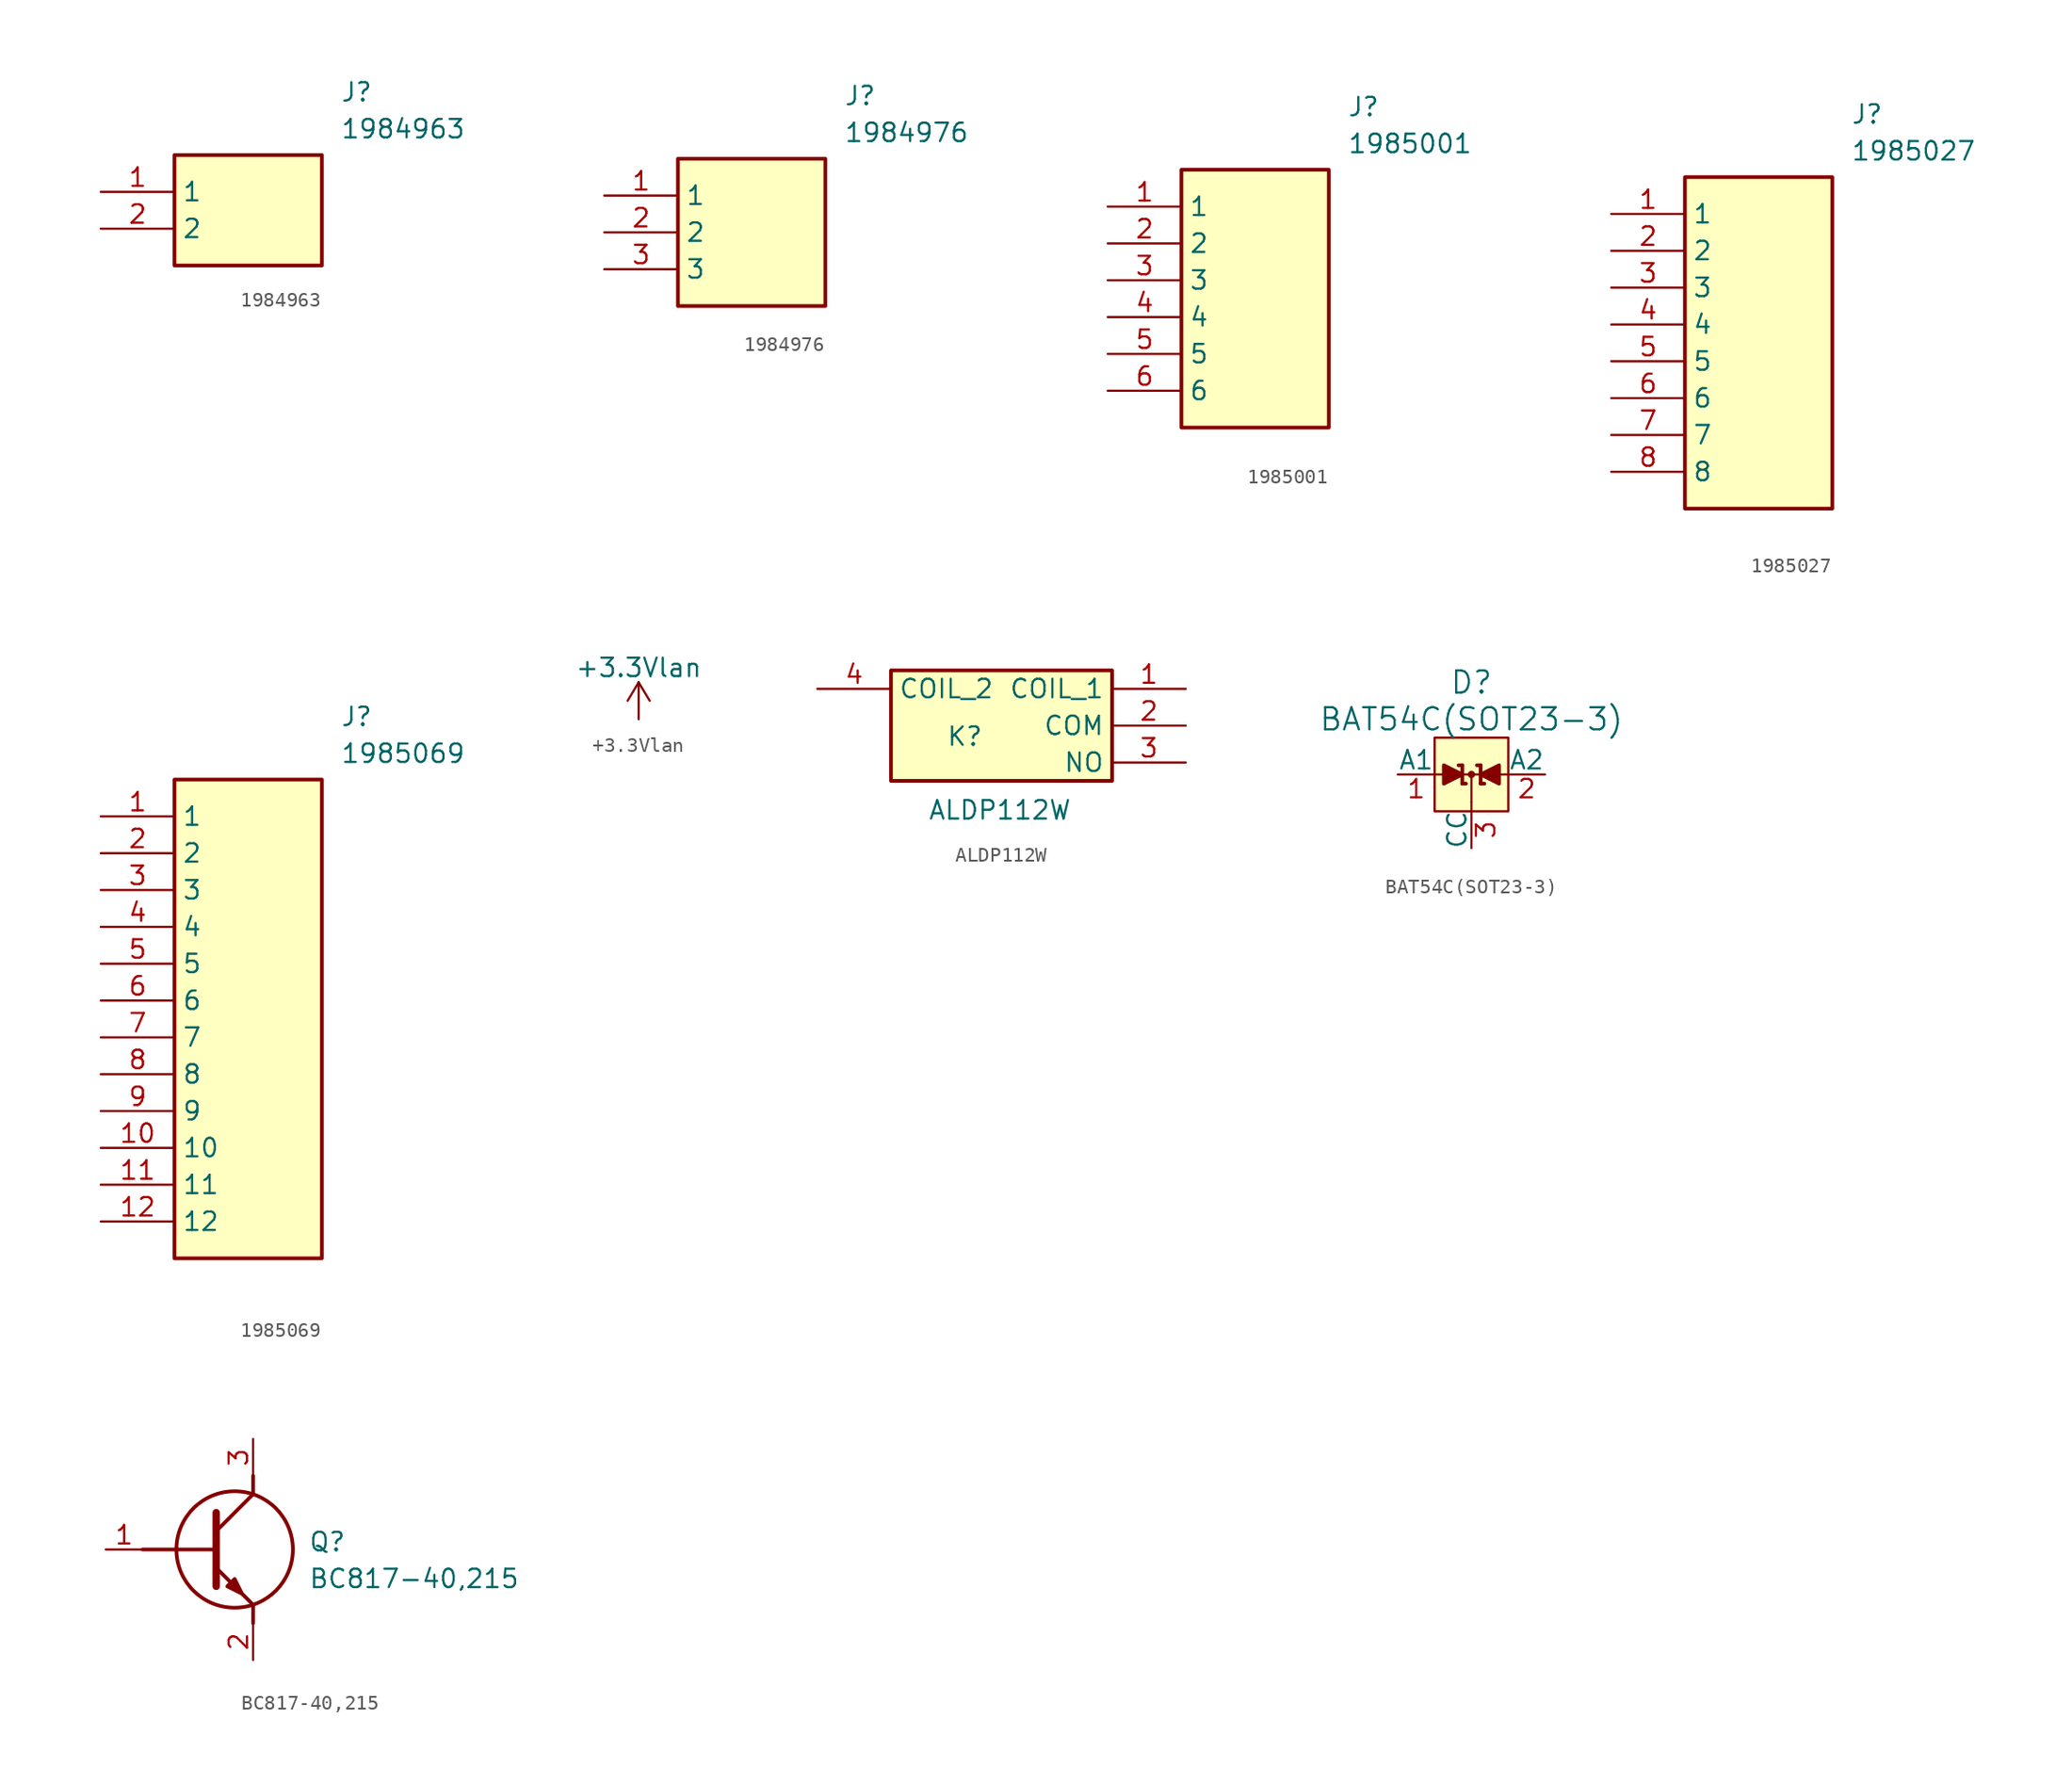
<source format=kicad_sym>
(kicad_symbol_lib
  (version 20220914)
  (generator kicad_symbol_editor)
  (symbol "1984963"
    (property "Reference" "J"
      (at 16.51 7.62 0)
      (effects (font (size 1.27 1.27)) (justify left top)))
    (property "Value" "1984963"
      (at 16.51 5.08 0)
      (effects (font (size 1.27 1.27)) (justify left top)))
    (symbol "1984963_1_1"
      (rectangle (start 5.08 2.54) (end 15.24 -5.08) (stroke (width 0.254) (type default)) (fill (type background)))
      (pin passive line (at 0 0 0) (length 5.08) (name "1" (effects (font (size 1.27 1.27)))) (number "1" (effects (font (size 1.27 1.27)))))
      (pin passive line (at 0 -2.54 0) (length 5.08) (name "2" (effects (font (size 1.27 1.27)))) (number "2" (effects (font (size 1.27 1.27)))))))
  (symbol "1984976"
    (property "Reference" "J"
      (at 16.51 7.62 0)
      (effects (font (size 1.27 1.27)) (justify left top)))
    (property "Value" "1984976"
      (at 16.51 5.08 0)
      (effects (font (size 1.27 1.27)) (justify left top)))
    (symbol "1984976_1_1"
      (rectangle (start 5.08 2.54) (end 15.24 -7.62) (stroke (width 0.254) (type default)) (fill (type background)))
      (pin passive line (at 0 0 0) (length 5.08) (name "1" (effects (font (size 1.27 1.27)))) (number "1" (effects (font (size 1.27 1.27)))))
      (pin passive line (at 0 -2.54 0) (length 5.08) (name "2" (effects (font (size 1.27 1.27)))) (number "2" (effects (font (size 1.27 1.27)))))
      (pin passive line (at 0 -5.08 0) (length 5.08) (name "3" (effects (font (size 1.27 1.27)))) (number "3" (effects (font (size 1.27 1.27)))))))
  (symbol "1985001"
    (property "Reference" "J"
      (at 16.51 7.62 0)
      (effects (font (size 1.27 1.27)) (justify left top)))
    (property "Value" "1985001"
      (at 16.51 5.08 0)
      (effects (font (size 1.27 1.27)) (justify left top)))
    (symbol "1985001_1_1"
      (rectangle (start 5.08 2.54) (end 15.24 -15.24) (stroke (width 0.254) (type default)) (fill (type background)))
      (pin passive line (at 0 0 0) (length 5.08) (name "1" (effects (font (size 1.27 1.27)))) (number "1" (effects (font (size 1.27 1.27)))))
      (pin passive line (at 0 -2.54 0) (length 5.08) (name "2" (effects (font (size 1.27 1.27)))) (number "2" (effects (font (size 1.27 1.27)))))
      (pin passive line (at 0 -5.08 0) (length 5.08) (name "3" (effects (font (size 1.27 1.27)))) (number "3" (effects (font (size 1.27 1.27)))))
      (pin passive line (at 0 -7.62 0) (length 5.08) (name "4" (effects (font (size 1.27 1.27)))) (number "4" (effects (font (size 1.27 1.27)))))
      (pin passive line (at 0 -10.16 0) (length 5.08) (name "5" (effects (font (size 1.27 1.27)))) (number "5" (effects (font (size 1.27 1.27)))))
      (pin passive line (at 0 -12.7 0) (length 5.08) (name "6" (effects (font (size 1.27 1.27)))) (number "6" (effects (font (size 1.27 1.27)))))))
  (symbol "1985027"
    (property "Reference" "J"
      (at 16.51 7.62 0)
      (effects (font (size 1.27 1.27)) (justify left top)))
    (property "Value" "1985027"
      (at 16.51 5.08 0)
      (effects (font (size 1.27 1.27)) (justify left top)))
    (symbol "1985027_1_1"
      (rectangle (start 5.08 2.54) (end 15.24 -20.32) (stroke (width 0.254) (type default)) (fill (type background)))
      (pin passive line (at 0 0 0) (length 5.08) (name "1" (effects (font (size 1.27 1.27)))) (number "1" (effects (font (size 1.27 1.27)))))
      (pin passive line (at 0 -2.54 0) (length 5.08) (name "2" (effects (font (size 1.27 1.27)))) (number "2" (effects (font (size 1.27 1.27)))))
      (pin passive line (at 0 -5.08 0) (length 5.08) (name "3" (effects (font (size 1.27 1.27)))) (number "3" (effects (font (size 1.27 1.27)))))
      (pin passive line (at 0 -7.62 0) (length 5.08) (name "4" (effects (font (size 1.27 1.27)))) (number "4" (effects (font (size 1.27 1.27)))))
      (pin passive line (at 0 -10.16 0) (length 5.08) (name "5" (effects (font (size 1.27 1.27)))) (number "5" (effects (font (size 1.27 1.27)))))
      (pin passive line (at 0 -12.7 0) (length 5.08) (name "6" (effects (font (size 1.27 1.27)))) (number "6" (effects (font (size 1.27 1.27)))))
      (pin passive line (at 0 -15.24 0) (length 5.08) (name "7" (effects (font (size 1.27 1.27)))) (number "7" (effects (font (size 1.27 1.27)))))
      (pin passive line (at 0 -17.78 0) (length 5.08) (name "8" (effects (font (size 1.27 1.27)))) (number "8" (effects (font (size 1.27 1.27)))))))
  (symbol "1985069"
    (property "Reference" "J"
      (at 16.51 7.62 0)
      (effects (font (size 1.27 1.27)) (justify left top)))
    (property "Value" "1985069"
      (at 16.51 5.08 0)
      (effects (font (size 1.27 1.27)) (justify left top)))
    (symbol "1985069_1_1"
      (rectangle (start 5.08 2.54) (end 15.24 -30.48) (stroke (width 0.254) (type default)) (fill (type background)))
      (pin passive line (at 0 0 0) (length 5.08) (name "1" (effects (font (size 1.27 1.27)))) (number "1" (effects (font (size 1.27 1.27)))))
      (pin passive line (at 0 -22.86 0) (length 5.08) (name "10" (effects (font (size 1.27 1.27)))) (number "10" (effects (font (size 1.27 1.27)))))
      (pin passive line (at 0 -25.4 0) (length 5.08) (name "11" (effects (font (size 1.27 1.27)))) (number "11" (effects (font (size 1.27 1.27)))))
      (pin passive line (at 0 -27.94 0) (length 5.08) (name "12" (effects (font (size 1.27 1.27)))) (number "12" (effects (font (size 1.27 1.27)))))
      (pin passive line (at 0 -2.54 0) (length 5.08) (name "2" (effects (font (size 1.27 1.27)))) (number "2" (effects (font (size 1.27 1.27)))))
      (pin passive line (at 0 -5.08 0) (length 5.08) (name "3" (effects (font (size 1.27 1.27)))) (number "3" (effects (font (size 1.27 1.27)))))
      (pin passive line (at 0 -7.62 0) (length 5.08) (name "4" (effects (font (size 1.27 1.27)))) (number "4" (effects (font (size 1.27 1.27)))))
      (pin passive line (at 0 -10.16 0) (length 5.08) (name "5" (effects (font (size 1.27 1.27)))) (number "5" (effects (font (size 1.27 1.27)))))
      (pin passive line (at 0 -12.7 0) (length 5.08) (name "6" (effects (font (size 1.27 1.27)))) (number "6" (effects (font (size 1.27 1.27)))))
      (pin passive line (at 0 -15.24 0) (length 5.08) (name "7" (effects (font (size 1.27 1.27)))) (number "7" (effects (font (size 1.27 1.27)))))
      (pin passive line (at 0 -17.78 0) (length 5.08) (name "8" (effects (font (size 1.27 1.27)))) (number "8" (effects (font (size 1.27 1.27)))))
      (pin passive line (at 0 -20.32 0) (length 5.08) (name "9" (effects (font (size 1.27 1.27)))) (number "9" (effects (font (size 1.27 1.27)))))))
  (symbol "+3.3Vlan"
    (power)
    (pin_names
      (offset 0))
    (property "Reference" "#PWR"
      (at 0 -3.81 0)
      (effects (font (size 1.27 1.27)) hide))
    (property "Value" "+3.3Vlan"
      (at 0 3.556 0)
      (effects (font (size 1.27 1.27))))
    (symbol "+3.3Vlan_0_1"
      (polyline (pts (xy -0.762 1.27) (xy 0 2.54)) (stroke (width 0) (type default)) (fill (type none)))
      (polyline (pts (xy 0 0) (xy 0 2.54)) (stroke (width 0) (type default)) (fill (type none)))
      (polyline (pts (xy 0 2.54) (xy 0.762 1.27)) (stroke (width 0) (type default)) (fill (type none))))
    (symbol "+3.3Vlan_1_1"
      (pin power_in line (at 0 0 90) (length 0) hide (name "+3.3V" (effects (font (size 1.27 1.27)))) (number "1" (effects (font (size 1.27 1.27)))))))
  (symbol "ALDP112W"
    (property "Reference" "K"
      (at 16.51 -2.54 0)
      (effects (font (size 1.27 1.27)) (justify left top)))
    (property "Value" "ALDP112W"
      (at 15.24 -7.62 0)
      (effects (font (size 1.27 1.27)) (justify left top)))
    (symbol "ALDP112W_1_1"
      (rectangle (start 12.7 1.27) (end 27.94 -6.35) (stroke (width 0.254) (type default)) (fill (type background)))
      (pin passive line (at 33.02 0 180) (length 5.08) (name "COIL_1" (effects (font (size 1.27 1.27)))) (number "1" (effects (font (size 1.27 1.27)))))
      (pin passive line (at 33.02 -2.54 180) (length 5.08) (name "COM" (effects (font (size 1.27 1.27)))) (number "2" (effects (font (size 1.27 1.27)))))
      (pin passive line (at 33.02 -5.08 180) (length 5.08) (name "NO" (effects (font (size 1.27 1.27)))) (number "3" (effects (font (size 1.27 1.27)))))
      (pin passive line (at 7.62 0 0) (length 5.08) (name "COIL_2" (effects (font (size 1.27 1.27)))) (number "4" (effects (font (size 1.27 1.27)))))))
  (symbol "BAT54C(SOT23-3)"
    (pin_names
      (offset 0))
    (property "Reference" "D"
      (at 0 6.35 0)
      (effects (font (size 1.524 1.524))))
    (property "Value" "BAT54C(SOT23-3)"
      (at 0 3.81 0)
      (effects (font (size 1.524 1.524))))
    (symbol "BAT54C(SOT23-3)_0_1"
      (polyline (pts (xy -2.54 0) (xy 2.54 0)) (stroke (width 0) (type solid)) (fill (type none)))
      (polyline (pts (xy -0.889 0.635) (xy -0.635 0.635)) (stroke (width 0.254) (type solid)) (fill (type none)))
      (polyline (pts (xy -0.635 -0.635) (xy -0.381 -0.635)) (stroke (width 0.254) (type solid)) (fill (type none)))
      (polyline (pts (xy -0.635 0.635) (xy -0.635 -0.635)) (stroke (width 0.254) (type solid)) (fill (type none)))
      (polyline (pts (xy 0 -1.905) (xy 0 -2.54)) (stroke (width 0) (type solid)) (fill (type none)))
      (polyline (pts (xy 0 0) (xy 0 -1.905)) (stroke (width 0) (type solid)) (fill (type none)))
      (polyline (pts (xy 0.381 0.635) (xy 0.635 0.635)) (stroke (width 0.254) (type solid)) (fill (type none)))
      (polyline (pts (xy 0.635 -0.635) (xy 0.889 -0.635)) (stroke (width 0.254) (type solid)) (fill (type none)))
      (polyline (pts (xy 0.635 0.635) (xy 0.635 -0.635)) (stroke (width 0.254) (type solid)) (fill (type none)))
      (polyline (pts (xy -1.905 0.635) (xy -1.905 -0.635) (xy -0.635 0) (xy -1.905 0.635)) (stroke (width 0.254) (type solid)) (fill (type outline)))
      (polyline (pts (xy 1.905 0.635) (xy 1.905 -0.635) (xy 0.635 0) (xy 1.905 0.635)) (stroke (width 0.254) (type solid)) (fill (type outline)))
      (polyline (pts (xy -2.54 2.54) (xy 2.54 2.54) (xy 2.54 -2.54) (xy -2.54 -2.54) (xy -2.54 2.54)) (stroke (width 0) (type solid)) (fill (type background)))
      (circle (center 0 0) (radius 0.127) (stroke (width 0.254) (type solid)) (fill (type none))))
    (symbol "BAT54C(SOT23-3)_1_1"
      (pin passive line (at -5.08 0 0) (length 2.54) (name "A1" (effects (font (size 1.27 1.27)))) (number "1" (effects (font (size 1.27 1.27)))))
      (pin passive line (at 5.08 0 180) (length 2.54) (name "A2" (effects (font (size 1.27 1.27)))) (number "2" (effects (font (size 1.27 1.27)))))
      (pin passive line (at 0 -5.08 90) (length 2.54) (name "CC" (effects (font (size 1.27 1.27)))) (number "3" (effects (font (size 1.27 1.27)))))))
  (symbol "BC817-40,215"
    (pin_names hide)
    (property "Reference" "Q"
      (at 13.97 1.27 0)
      (effects (font (size 1.27 1.27)) (justify left top)))
    (property "Value" "BC817-40,215"
      (at 13.97 -1.27 0)
      (effects (font (size 1.27 1.27)) (justify left top)))
    (symbol "BC817-40,215_1_1"
      (polyline (pts (xy 2.54 0) (xy 7.62 0)) (stroke (width 0.254) (type default)) (fill (type none)))
      (polyline (pts (xy 7.62 -1.27) (xy 10.16 -3.81)) (stroke (width 0.254) (type default)) (fill (type none)))
      (polyline (pts (xy 7.62 1.27) (xy 10.16 3.81)) (stroke (width 0.254) (type default)) (fill (type none)))
      (polyline (pts (xy 7.62 2.54) (xy 7.62 -2.54)) (stroke (width 0.508) (type default)) (fill (type none)))
      (polyline (pts (xy 10.16 -3.81) (xy 10.16 -5.08)) (stroke (width 0.254) (type default)) (fill (type none)))
      (polyline (pts (xy 10.16 3.81) (xy 10.16 5.08)) (stroke (width 0.254) (type default)) (fill (type none)))
      (polyline (pts (xy 8.382 -2.54) (xy 8.89 -2.032) (xy 9.398 -3.048) (xy 8.382 -2.54)) (stroke (width 0.254) (type default)) (fill (type outline)))
      (circle (center 8.89 0) (radius 4.016) (stroke (width 0.254) (type default)) (fill (type none)))
      (pin passive line (at 0 0 0) (length 2.54) (name "B" (effects (font (size 1.27 1.27)))) (number "1" (effects (font (size 1.27 1.27)))))
      (pin passive line (at 10.16 -7.62 90) (length 2.54) (name "E" (effects (font (size 1.27 1.27)))) (number "2" (effects (font (size 1.27 1.27)))))
      (pin passive line (at 10.16 7.62 270) (length 2.54) (name "C" (effects (font (size 1.27 1.27)))) (number "3" (effects (font (size 1.27 1.27))))))))
</source>
